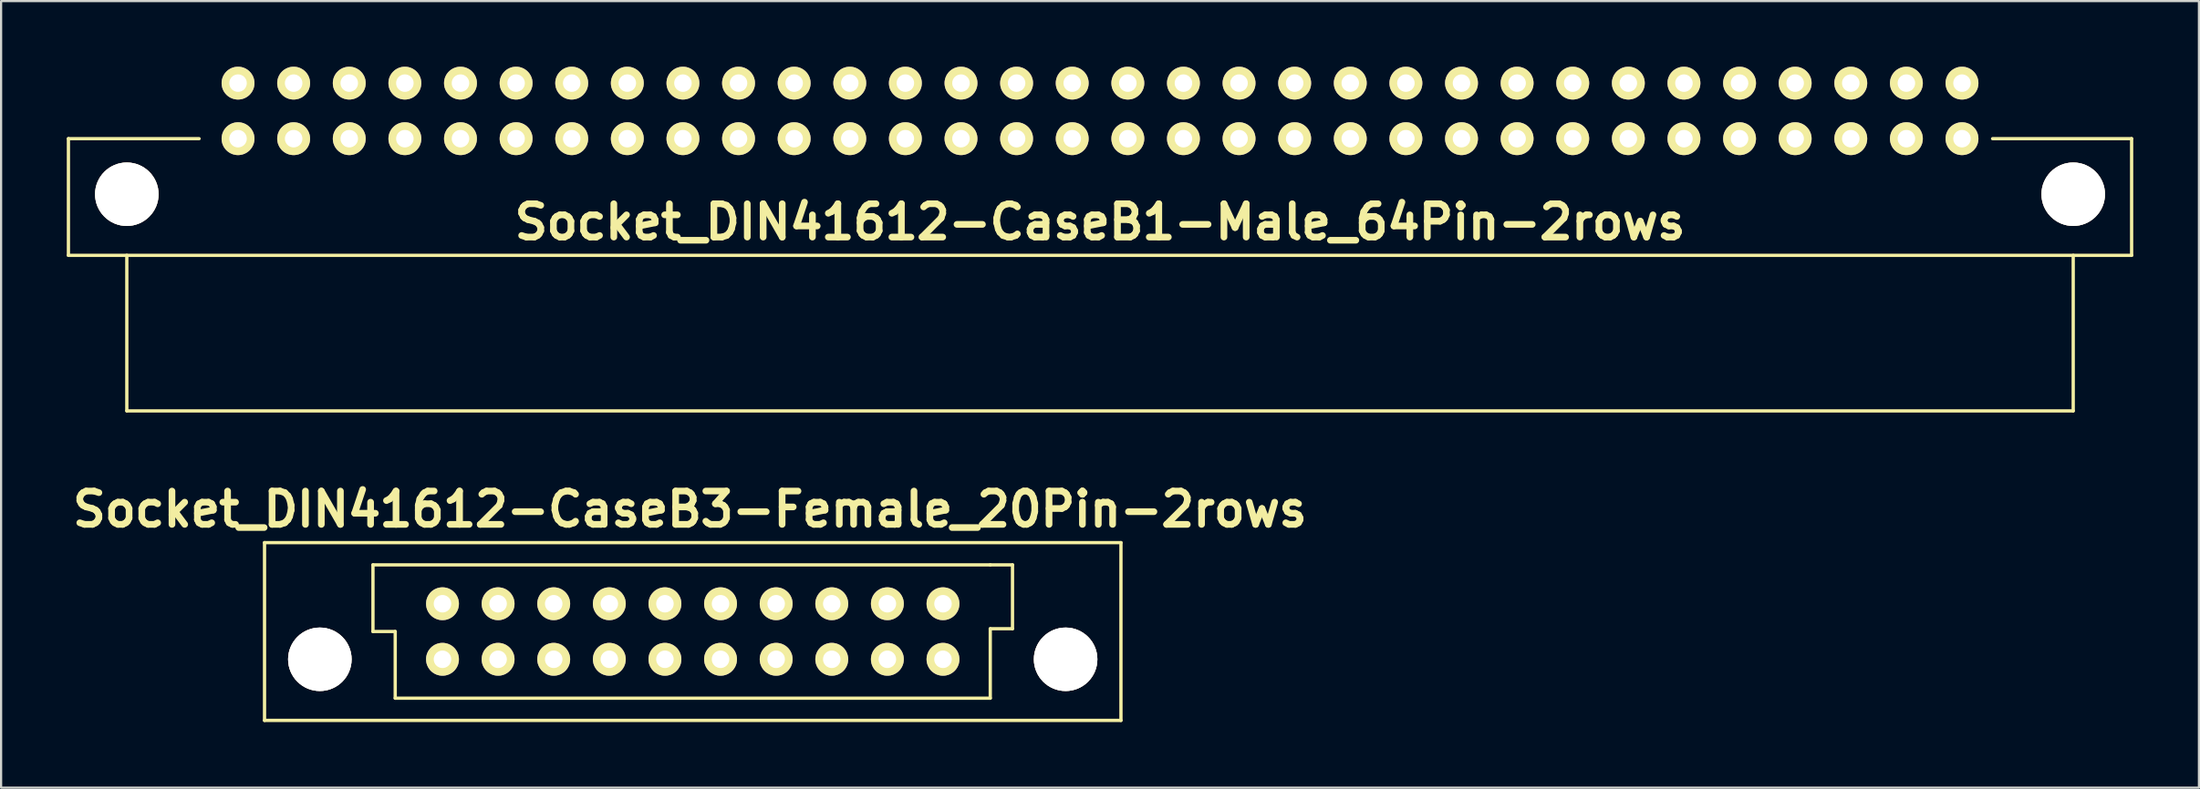
<source format=kicad_pcb>
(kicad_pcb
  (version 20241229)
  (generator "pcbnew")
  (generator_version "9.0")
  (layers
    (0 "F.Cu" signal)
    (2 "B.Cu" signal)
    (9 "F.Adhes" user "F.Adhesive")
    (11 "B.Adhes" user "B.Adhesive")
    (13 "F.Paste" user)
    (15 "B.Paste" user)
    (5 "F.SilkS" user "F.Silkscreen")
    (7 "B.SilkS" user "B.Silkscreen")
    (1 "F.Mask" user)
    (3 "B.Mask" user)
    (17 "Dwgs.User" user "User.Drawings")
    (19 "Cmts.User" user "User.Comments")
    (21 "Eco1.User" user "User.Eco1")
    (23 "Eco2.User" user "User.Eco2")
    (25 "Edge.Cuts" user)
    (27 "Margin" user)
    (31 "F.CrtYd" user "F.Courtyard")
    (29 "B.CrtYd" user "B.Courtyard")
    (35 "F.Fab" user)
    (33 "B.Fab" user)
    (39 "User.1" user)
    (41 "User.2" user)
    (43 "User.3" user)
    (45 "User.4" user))
  (footprint "Socket_DIN41612-CaseB1-Male_64Pin-2rows"
    (layer "F.Cu")
    (at 47.192 2.021)
    (property "Reference" "Socket_DIN41612-CaseB1-Male_64Pin-2rows" (at 0 5.08 0) (layer "F.SilkS") (effects (font (size 1.524 1.524) (thickness 0.305))))
    (attr through_hole)
    (fp_line (start -47.117 1.27) (end -41.148 1.27) (stroke (width 0.15) (type solid)) (layer "F.SilkS"))
    (fp_line (start -47.117 6.604) (end -47.117 1.27) (stroke (width 0.15) (type solid)) (layer "F.SilkS"))
    (fp_line (start -44.45 13.716) (end -44.45 6.604) (stroke (width 0.15) (type solid)) (layer "F.SilkS"))
    (fp_line (start 44.45 6.604) (end 44.45 13.716) (stroke (width 0.15) (type solid)) (layer "F.SilkS"))
    (fp_line (start 44.45 13.716) (end -44.45 13.716) (stroke (width 0.15) (type solid)) (layer "F.SilkS"))
    (fp_line (start 47.117 1.27) (end 40.767 1.27) (stroke (width 0.15) (type solid)) (layer "F.SilkS"))
    (fp_line (start 47.117 1.27) (end 47.117 6.604) (stroke (width 0.15) (type solid)) (layer "F.SilkS"))
    (fp_line (start 47.117 6.604) (end -47.117 6.604) (stroke (width 0.15) (type solid)) (layer "F.SilkS"))
    (pad "1" thru_hole circle (at -44.45 3.81) (size 2.901 2.901) (drill 2.901) (layers "*.Cu" "*.Mask" "F.SilkS"))
    (pad "1" thru_hole circle (at 44.45 3.81) (size 2.901 2.901) (drill 2.901) (layers "*.Cu" "*.Mask" "F.SilkS"))
    (pad "1a" thru_hole circle (at 39.37 -1.27 180) (size 1.501 1.501) (drill 0.8) (layers "*.Cu" "*.Mask" "F.SilkS"))
    (pad "1b" thru_hole circle (at 39.37 1.27 180) (size 1.501 1.501) (drill 0.8) (layers "*.Cu" "*.Mask" "F.SilkS"))
    (pad "2a" thru_hole circle (at 36.83 -1.27 180) (size 1.501 1.501) (drill 0.8) (layers "*.Cu" "*.Mask" "F.SilkS"))
    (pad "2b" thru_hole circle (at 36.83 1.27 180) (size 1.501 1.501) (drill 0.8) (layers "*.Cu" "*.Mask" "F.SilkS"))
    (pad "3a" thru_hole circle (at 34.29 -1.27 180) (size 1.501 1.501) (drill 0.8) (layers "*.Cu" "*.Mask" "F.SilkS"))
    (pad "3b" thru_hole circle (at 34.29 1.27 180) (size 1.501 1.501) (drill 0.8) (layers "*.Cu" "*.Mask" "F.SilkS"))
    (pad "4a" thru_hole circle (at 31.75 -1.27 180) (size 1.501 1.501) (drill 0.8) (layers "*.Cu" "*.Mask" "F.SilkS"))
    (pad "4b" thru_hole circle (at 31.75 1.27 180) (size 1.501 1.501) (drill 0.8) (layers "*.Cu" "*.Mask" "F.SilkS"))
    (pad "5a" thru_hole circle (at 29.21 -1.27 180) (size 1.501 1.501) (drill 0.8) (layers "*.Cu" "*.Mask" "F.SilkS"))
    (pad "5b" thru_hole circle (at 29.21 1.27 180) (size 1.501 1.501) (drill 0.8) (layers "*.Cu" "*.Mask" "F.SilkS"))
    (pad "6a" thru_hole circle (at 26.67 -1.27 180) (size 1.501 1.501) (drill 0.8) (layers "*.Cu" "*.Mask" "F.SilkS"))
    (pad "6b" thru_hole circle (at 26.67 1.27 180) (size 1.501 1.501) (drill 0.8) (layers "*.Cu" "*.Mask" "F.SilkS"))
    (pad "7a" thru_hole circle (at 24.13 -1.27 180) (size 1.501 1.501) (drill 0.8) (layers "*.Cu" "*.Mask" "F.SilkS"))
    (pad "7b" thru_hole circle (at 24.13 1.27 180) (size 1.501 1.501) (drill 0.8) (layers "*.Cu" "*.Mask" "F.SilkS"))
    (pad "8a" thru_hole circle (at 21.59 -1.27 180) (size 1.501 1.501) (drill 0.8) (layers "*.Cu" "*.Mask" "F.SilkS"))
    (pad "8b" thru_hole circle (at 21.59 1.27 180) (size 1.501 1.501) (drill 0.8) (layers "*.Cu" "*.Mask" "F.SilkS"))
    (pad "9a" thru_hole circle (at 19.05 -1.27 180) (size 1.501 1.501) (drill 0.8) (layers "*.Cu" "*.Mask" "F.SilkS"))
    (pad "9b" thru_hole circle (at 19.05 1.27 180) (size 1.501 1.501) (drill 0.8) (layers "*.Cu" "*.Mask" "F.SilkS"))
    (pad "10a" thru_hole circle (at 16.51 -1.27 180) (size 1.501 1.501) (drill 0.8) (layers "*.Cu" "*.Mask" "F.SilkS"))
    (pad "10b" thru_hole circle (at 16.51 1.27 180) (size 1.501 1.501) (drill 0.8) (layers "*.Cu" "*.Mask" "F.SilkS"))
    (pad "11a" thru_hole circle (at 13.97 -1.27 180) (size 1.501 1.501) (drill 0.8) (layers "*.Cu" "*.Mask" "F.SilkS"))
    (pad "11b" thru_hole circle (at 13.97 1.27 180) (size 1.501 1.501) (drill 0.8) (layers "*.Cu" "*.Mask" "F.SilkS"))
    (pad "12a" thru_hole circle (at 11.43 -1.27 180) (size 1.501 1.501) (drill 0.8) (layers "*.Cu" "*.Mask" "F.SilkS"))
    (pad "12b" thru_hole circle (at 11.43 1.27 180) (size 1.501 1.501) (drill 0.8) (layers "*.Cu" "*.Mask" "F.SilkS"))
    (pad "13a" thru_hole circle (at 8.89 -1.27 180) (size 1.501 1.501) (drill 0.8) (layers "*.Cu" "*.Mask" "F.SilkS"))
    (pad "13b" thru_hole circle (at 8.89 1.27 180) (size 1.501 1.501) (drill 0.8) (layers "*.Cu" "*.Mask" "F.SilkS"))
    (pad "14a" thru_hole circle (at 6.35 -1.27 180) (size 1.501 1.501) (drill 0.8) (layers "*.Cu" "*.Mask" "F.SilkS"))
    (pad "14b" thru_hole circle (at 6.35 1.27 180) (size 1.501 1.501) (drill 0.8) (layers "*.Cu" "*.Mask" "F.SilkS"))
    (pad "15a" thru_hole circle (at 3.81 -1.27 180) (size 1.501 1.501) (drill 0.8) (layers "*.Cu" "*.Mask" "F.SilkS"))
    (pad "15b" thru_hole circle (at 3.81 1.27 180) (size 1.501 1.501) (drill 0.8) (layers "*.Cu" "*.Mask" "F.SilkS"))
    (pad "16a" thru_hole circle (at 1.27 -1.27 180) (size 1.501 1.501) (drill 0.8) (layers "*.Cu" "*.Mask" "F.SilkS"))
    (pad "16b" thru_hole circle (at 1.27 1.27 180) (size 1.501 1.501) (drill 0.8) (layers "*.Cu" "*.Mask" "F.SilkS"))
    (pad "17a" thru_hole circle (at -1.27 -1.27 180) (size 1.501 1.501) (drill 0.8) (layers "*.Cu" "*.Mask" "F.SilkS"))
    (pad "17b" thru_hole circle (at -1.27 1.27 180) (size 1.501 1.501) (drill 0.8) (layers "*.Cu" "*.Mask" "F.SilkS"))
    (pad "18a" thru_hole circle (at -3.81 -1.27 180) (size 1.501 1.501) (drill 0.8) (layers "*.Cu" "*.Mask" "F.SilkS"))
    (pad "18b" thru_hole circle (at -3.81 1.27 180) (size 1.501 1.501) (drill 0.8) (layers "*.Cu" "*.Mask" "F.SilkS"))
    (pad "19a" thru_hole circle (at -6.35 -1.27 180) (size 1.501 1.501) (drill 0.8) (layers "*.Cu" "*.Mask" "F.SilkS"))
    (pad "19b" thru_hole circle (at -6.35 1.27 180) (size 1.501 1.501) (drill 0.8) (layers "*.Cu" "*.Mask" "F.SilkS"))
    (pad "20a" thru_hole circle (at -8.89 -1.27 180) (size 1.501 1.501) (drill 0.8) (layers "*.Cu" "*.Mask" "F.SilkS"))
    (pad "20b" thru_hole circle (at -8.89 1.27 180) (size 1.501 1.501) (drill 0.8) (layers "*.Cu" "*.Mask" "F.SilkS"))
    (pad "21a" thru_hole circle (at -11.43 -1.27 180) (size 1.501 1.501) (drill 0.8) (layers "*.Cu" "*.Mask" "F.SilkS"))
    (pad "21b" thru_hole circle (at -11.43 1.27 180) (size 1.501 1.501) (drill 0.8) (layers "*.Cu" "*.Mask" "F.SilkS"))
    (pad "22a" thru_hole circle (at -13.97 -1.27 180) (size 1.501 1.501) (drill 0.8) (layers "*.Cu" "*.Mask" "F.SilkS"))
    (pad "22b" thru_hole circle (at -13.97 1.27 180) (size 1.501 1.501) (drill 0.8) (layers "*.Cu" "*.Mask" "F.SilkS"))
    (pad "23a" thru_hole circle (at -16.51 -1.27 180) (size 1.501 1.501) (drill 0.8) (layers "*.Cu" "*.Mask" "F.SilkS"))
    (pad "23b" thru_hole circle (at -16.51 1.27 180) (size 1.501 1.501) (drill 0.8) (layers "*.Cu" "*.Mask" "F.SilkS"))
    (pad "24" thru_hole circle (at -19.05 -1.27 180) (size 1.501 1.501) (drill 0.8) (layers "*.Cu" "*.Mask" "F.SilkS"))
    (pad "24b" thru_hole circle (at -19.05 1.27 180) (size 1.501 1.501) (drill 0.8) (layers "*.Cu" "*.Mask" "F.SilkS"))
    (pad "25a" thru_hole circle (at -21.59 -1.27 180) (size 1.501 1.501) (drill 0.8) (layers "*.Cu" "*.Mask" "F.SilkS"))
    (pad "25b" thru_hole circle (at -21.59 1.27 180) (size 1.501 1.501) (drill 0.8) (layers "*.Cu" "*.Mask" "F.SilkS"))
    (pad "26a" thru_hole circle (at -24.13 -1.27 180) (size 1.501 1.501) (drill 0.8) (layers "*.Cu" "*.Mask" "F.SilkS"))
    (pad "26b" thru_hole circle (at -24.13 1.27 180) (size 1.501 1.501) (drill 0.8) (layers "*.Cu" "*.Mask" "F.SilkS"))
    (pad "27a" thru_hole circle (at -26.67 -1.27 180) (size 1.501 1.501) (drill 0.8) (layers "*.Cu" "*.Mask" "F.SilkS"))
    (pad "27b" thru_hole circle (at -26.67 1.27 180) (size 1.501 1.501) (drill 0.8) (layers "*.Cu" "*.Mask" "F.SilkS"))
    (pad "28a" thru_hole circle (at -29.21 -1.27 180) (size 1.501 1.501) (drill 0.8) (layers "*.Cu" "*.Mask" "F.SilkS"))
    (pad "28b" thru_hole circle (at -29.21 1.27 180) (size 1.501 1.501) (drill 0.8) (layers "*.Cu" "*.Mask" "F.SilkS"))
    (pad "29a" thru_hole circle (at -31.75 -1.27 180) (size 1.501 1.501) (drill 0.8) (layers "*.Cu" "*.Mask" "F.SilkS"))
    (pad "29b" thru_hole circle (at -31.75 1.27 180) (size 1.501 1.501) (drill 0.8) (layers "*.Cu" "*.Mask" "F.SilkS"))
    (pad "30a" thru_hole circle (at -34.29 -1.27 180) (size 1.501 1.501) (drill 0.8) (layers "*.Cu" "*.Mask" "F.SilkS"))
    (pad "30b" thru_hole circle (at -34.29 1.27 180) (size 1.501 1.501) (drill 0.8) (layers "*.Cu" "*.Mask" "F.SilkS"))
    (pad "31a" thru_hole circle (at -36.83 -1.27 180) (size 1.501 1.501) (drill 0.8) (layers "*.Cu" "*.Mask" "F.SilkS"))
    (pad "31b" thru_hole circle (at -36.83 1.27 180) (size 1.501 1.501) (drill 0.8) (layers "*.Cu" "*.Mask" "F.SilkS"))
    (pad "32a" thru_hole circle (at -39.37 -1.27 180) (size 1.501 1.501) (drill 0.8) (layers "*.Cu" "*.Mask" "F.SilkS"))
    (pad "32b" thru_hole circle (at -39.37 1.27 180) (size 1.501 1.501) (drill 0.8) (layers "*.Cu" "*.Mask" "F.SilkS")))
  (footprint "Socket_DIN41612-CaseB3-Female_20Pin-2rows"
    (layer "F.Cu")
    (at 28.59 25.826)
    (property "Reference" "Socket_DIN41612-CaseB3-Female_20Pin-2rows" (at -0.127 -5.588 0) (layer "F.SilkS") (effects (font (size 1.524 1.524) (thickness 0.305))))
    (attr through_hole)
    (fp_line (start -19.558 -4.064) (end -19.558 4.064) (stroke (width 0.15) (type solid)) (layer "F.SilkS"))
    (fp_line (start -19.558 4.064) (end 19.558 4.064) (stroke (width 0.15) (type solid)) (layer "F.SilkS"))
    (fp_line (start -14.605 0) (end -14.605 -3.048) (stroke (width 0.15) (type solid)) (layer "F.SilkS"))
    (fp_line (start -13.589 0) (end -14.605 0) (stroke (width 0.15) (type solid)) (layer "F.SilkS"))
    (fp_line (start -13.589 3.048) (end -13.589 0) (stroke (width 0.15) (type solid)) (layer "F.SilkS"))
    (fp_line (start -13.589 3.048) (end 13.589 3.048) (stroke (width 0.15) (type solid)) (layer "F.SilkS"))
    (fp_line (start 13.589 -3.048) (end -14.605 -3.048) (stroke (width 0.15) (type solid)) (layer "F.SilkS"))
    (fp_line (start 13.589 -0.127) (end 14.605 -0.127) (stroke (width 0.15) (type solid)) (layer "F.SilkS"))
    (fp_line (start 13.589 3.048) (end 13.589 -0.127) (stroke (width 0.15) (type solid)) (layer "F.SilkS"))
    (fp_line (start 14.605 -3.048) (end 13.589 -3.048) (stroke (width 0.15) (type solid)) (layer "F.SilkS"))
    (fp_line (start 14.605 -0.127) (end 14.605 -3.048) (stroke (width 0.15) (type solid)) (layer "F.SilkS"))
    (fp_line (start 19.558 -4.064) (end -19.558 -4.064) (stroke (width 0.15) (type solid)) (layer "F.SilkS"))
    (fp_line (start 19.558 4.064) (end 19.558 -4.064) (stroke (width 0.15) (type solid)) (layer "F.SilkS"))
    (pad "1" thru_hole circle (at -17.031 1.27) (size 2.901 2.901) (drill 2.901) (layers "*.Cu" "*.Mask" "F.SilkS"))
    (pad "1" thru_hole circle (at 17.031 1.27) (size 2.901 2.901) (drill 2.901) (layers "*.Cu" "*.Mask" "F.SilkS"))
    (pad "1a" thru_hole circle (at 11.43 -1.27 180) (size 1.501 1.501) (drill 0.8) (layers "*.Cu" "*.Mask" "F.SilkS"))
    (pad "1b" thru_hole circle (at 11.43 1.27 180) (size 1.501 1.501) (drill 0.8) (layers "*.Cu" "*.Mask" "F.SilkS"))
    (pad "2a" thru_hole circle (at 8.89 -1.27 180) (size 1.501 1.501) (drill 0.8) (layers "*.Cu" "*.Mask" "F.SilkS"))
    (pad "2b" thru_hole circle (at 8.89 1.27 180) (size 1.501 1.501) (drill 0.8) (layers "*.Cu" "*.Mask" "F.SilkS"))
    (pad "3a" thru_hole circle (at 6.35 -1.27 180) (size 1.501 1.501) (drill 0.8) (layers "*.Cu" "*.Mask" "F.SilkS"))
    (pad "3b" thru_hole circle (at 6.35 1.27 180) (size 1.501 1.501) (drill 0.8) (layers "*.Cu" "*.Mask" "F.SilkS"))
    (pad "4a" thru_hole circle (at 3.81 -1.27 180) (size 1.501 1.501) (drill 0.8) (layers "*.Cu" "*.Mask" "F.SilkS"))
    (pad "4b" thru_hole circle (at 3.81 1.27 180) (size 1.501 1.501) (drill 0.8) (layers "*.Cu" "*.Mask" "F.SilkS"))
    (pad "5a" thru_hole circle (at 1.27 -1.27 180) (size 1.501 1.501) (drill 0.8) (layers "*.Cu" "*.Mask" "F.SilkS"))
    (pad "5b" thru_hole circle (at 1.27 1.27 180) (size 1.501 1.501) (drill 0.8) (layers "*.Cu" "*.Mask" "F.SilkS"))
    (pad "6a" thru_hole circle (at -1.27 -1.27 180) (size 1.501 1.501) (drill 0.8) (layers "*.Cu" "*.Mask" "F.SilkS"))
    (pad "6b" thru_hole circle (at -1.27 1.27 180) (size 1.501 1.501) (drill 0.8) (layers "*.Cu" "*.Mask" "F.SilkS"))
    (pad "7a" thru_hole circle (at -3.81 -1.27 180) (size 1.501 1.501) (drill 0.8) (layers "*.Cu" "*.Mask" "F.SilkS"))
    (pad "7b" thru_hole circle (at -3.81 1.27 180) (size 1.501 1.501) (drill 0.8) (layers "*.Cu" "*.Mask" "F.SilkS"))
    (pad "8a" thru_hole circle (at -6.35 -1.27 180) (size 1.501 1.501) (drill 0.8) (layers "*.Cu" "*.Mask" "F.SilkS"))
    (pad "8b" thru_hole circle (at -6.35 1.27 180) (size 1.501 1.501) (drill 0.8) (layers "*.Cu" "*.Mask" "F.SilkS"))
    (pad "9a" thru_hole circle (at -8.89 -1.27 180) (size 1.501 1.501) (drill 0.8) (layers "*.Cu" "*.Mask" "F.SilkS"))
    (pad "9b" thru_hole circle (at -8.89 1.27 180) (size 1.501 1.501) (drill 0.8) (layers "*.Cu" "*.Mask" "F.SilkS"))
    (pad "10a" thru_hole circle (at -11.43 -1.27 180) (size 1.501 1.501) (drill 0.8) (layers "*.Cu" "*.Mask" "F.SilkS"))
    (pad "10b" thru_hole circle (at -11.43 1.27 180) (size 1.501 1.501) (drill 0.8) (layers "*.Cu" "*.Mask" "F.SilkS")))
  (gr_rect
    (start -3 -3)
    (end 97.384 32.965)
    (stroke (width 0.1) (type default))
    (fill no)
    (layer "Edge.Cuts")))
</source>
